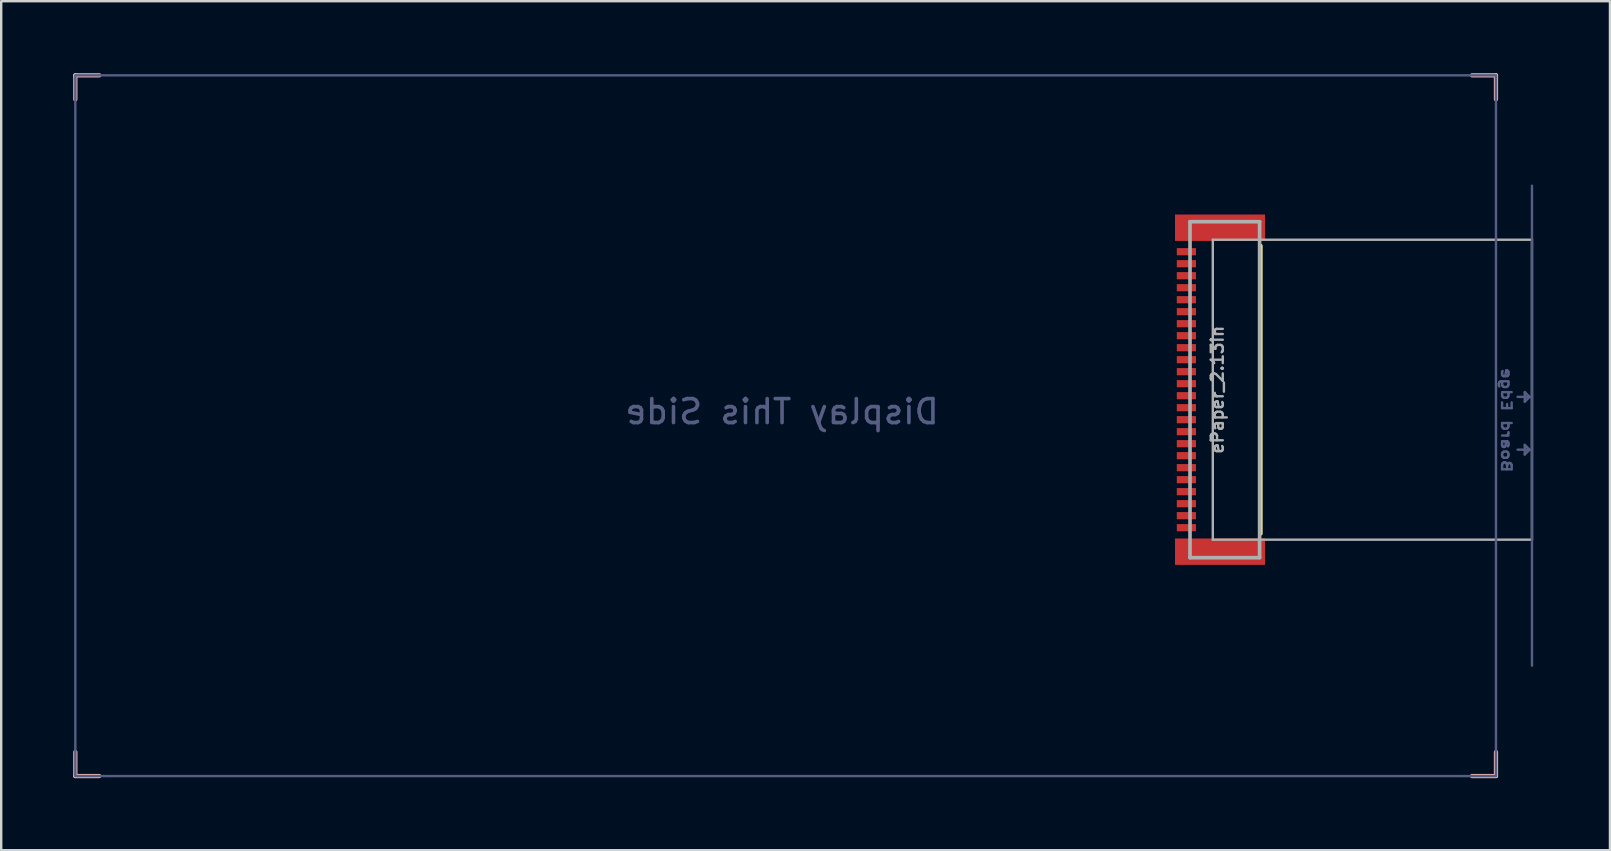
<source format=kicad_pcb>
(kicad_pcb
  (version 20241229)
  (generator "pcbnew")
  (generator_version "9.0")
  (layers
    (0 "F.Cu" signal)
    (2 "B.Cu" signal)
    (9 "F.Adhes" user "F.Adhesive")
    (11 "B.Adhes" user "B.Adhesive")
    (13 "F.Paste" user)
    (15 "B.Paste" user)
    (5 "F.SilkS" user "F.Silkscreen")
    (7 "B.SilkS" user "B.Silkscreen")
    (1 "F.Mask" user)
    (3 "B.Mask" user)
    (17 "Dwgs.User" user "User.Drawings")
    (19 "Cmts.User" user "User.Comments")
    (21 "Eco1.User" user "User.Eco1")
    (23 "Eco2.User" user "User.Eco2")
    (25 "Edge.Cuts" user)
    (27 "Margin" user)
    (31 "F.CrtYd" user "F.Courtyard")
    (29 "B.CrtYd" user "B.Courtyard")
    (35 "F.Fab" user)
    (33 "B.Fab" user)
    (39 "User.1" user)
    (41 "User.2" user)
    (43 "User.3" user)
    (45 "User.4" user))
  (footprint "ePaper_2.13in"
    (layer "F.Cu")
    (at 60.789 14.689)
    (property "Reference" "ePaper_2.13in" (at -13.111 -1.5 90) (layer "F.Fab") (effects (font (size 0.5 0.5) (thickness 0.1) (bold yes))))
    (fp_line (start -11.3 4.5) (end -11.3 -7.5) (stroke (width 0.152) (type solid)) (layer "F.SilkS"))
    (fp_line (start -60.7 -14.6) (end -60.7 -13.6) (stroke (width 0.178) (type default)) (layer "B.SilkS"))
    (fp_line (start -60.7 -14.6) (end -59.7 -14.6) (stroke (width 0.178) (type default)) (layer "B.SilkS"))
    (fp_line (start -60.7 14.6) (end -60.7 13.6) (stroke (width 0.178) (type default)) (layer "B.SilkS"))
    (fp_line (start -60.7 14.6) (end -59.7 14.6) (stroke (width 0.178) (type default)) (layer "B.SilkS"))
    (fp_line (start -1.5 -14.6) (end -2.5 -14.6) (stroke (width 0.178) (type default)) (layer "B.SilkS"))
    (fp_line (start -1.5 -14.6) (end -1.5 -13.6) (stroke (width 0.178) (type default)) (layer "B.SilkS"))
    (fp_line (start -1.5 14.6) (end -2.5 14.6) (stroke (width 0.178) (type default)) (layer "B.SilkS"))
    (fp_line (start -1.5 14.6) (end -1.5 13.6) (stroke (width 0.178) (type default)) (layer "B.SilkS"))
    (fp_line (start -0.6 -1.2) (end -0.1 -1.2) (stroke (width 0.1) (type default)) (layer "B.Fab"))
    (fp_line (start -0.6 1) (end -0.1 1) (stroke (width 0.1) (type default)) (layer "B.Fab"))
    (fp_line (start -0.3 -1.4) (end -0.3 -1) (stroke (width 0.1) (type default)) (layer "B.Fab"))
    (fp_line (start -0.3 -1) (end -0.1 -1.2) (stroke (width 0.1) (type default)) (layer "B.Fab"))
    (fp_line (start -0.3 0.8) (end -0.3 1.2) (stroke (width 0.1) (type default)) (layer "B.Fab"))
    (fp_line (start -0.3 1.2) (end -0.1 1) (stroke (width 0.1) (type default)) (layer "B.Fab"))
    (fp_line (start -0.1 -1.2) (end -0.3 -1.4) (stroke (width 0.1) (type default)) (layer "B.Fab"))
    (fp_line (start -0.1 1) (end -0.3 0.8) (stroke (width 0.1) (type default)) (layer "B.Fab"))
    (fp_line (start 0 10) (end 0 -10) (stroke (width 0.1) (type default)) (layer "B.Fab"))
    (fp_rect (start -60.7 -14.6) (end -1.5 14.6) (stroke (width 0.1) (type default)) (fill no) (layer "B.Fab"))
    (fp_line (start -14.25 -8.5) (end -11.35 -8.5) (stroke (width 0.152) (type solid)) (layer "F.Fab"))
    (fp_line (start -14.25 5.5) (end -14.25 -8.5) (stroke (width 0.152) (type solid)) (layer "F.Fab"))
    (fp_line (start -13.3 -7.75) (end -13.3 4.75) (stroke (width 0.1) (type default)) (layer "F.Fab"))
    (fp_line (start -11.35 -8.5) (end -11.35 5.5) (stroke (width 0.152) (type solid)) (layer "F.Fab"))
    (fp_line (start -11.35 5.5) (end -14.25 5.5) (stroke (width 0.152) (type solid)) (layer "F.Fab"))
    (fp_line (start 0 -7.75) (end -13.3 -7.75) (stroke (width 0.1) (type default)) (layer "F.Fab"))
    (fp_line (start 0 -7.75) (end 0 4.75) (stroke (width 0.1) (type default)) (layer "F.Fab"))
    (fp_line (start 0 4.75) (end -13.3 4.75) (stroke (width 0.1) (type default)) (layer "F.Fab"))
    (fp_text user "Board Edge" (at -1.3 2 270) (unlocked yes) (layer "B.Fab") (effects (font (size 0.4 0.5) (thickness 0.1) (bold yes)) (justify left bottom mirror)))
    (fp_text user "Display This Side" (at -31.25 0 0) (unlocked yes) (layer "B.Fab") (effects (font (size 1 1) (thickness 0.15)) (justify bottom mirror)))
    (pad "1" smd rect (at -14.4 -7.25 90) (size 0.3 0.8) (layers "F.Cu" "F.Mask" "F.Paste"))
    (pad "2" smd rect (at -14.4 -6.75 90) (size 0.3 0.8) (layers "F.Cu" "F.Mask" "F.Paste"))
    (pad "3" smd rect (at -14.4 -6.25 90) (size 0.3 0.8) (layers "F.Cu" "F.Mask" "F.Paste"))
    (pad "4" smd rect (at -14.4 -5.75 90) (size 0.3 0.8) (layers "F.Cu" "F.Mask" "F.Paste"))
    (pad "5" smd rect (at -14.4 -5.25 90) (size 0.3 0.8) (layers "F.Cu" "F.Mask" "F.Paste"))
    (pad "6" smd rect (at -14.4 -4.75 90) (size 0.3 0.8) (layers "F.Cu" "F.Mask" "F.Paste"))
    (pad "7" smd rect (at -14.4 -4.25 90) (size 0.3 0.8) (layers "F.Cu" "F.Mask" "F.Paste"))
    (pad "8" smd rect (at -14.4 -3.75 90) (size 0.3 0.8) (layers "F.Cu" "F.Mask" "F.Paste"))
    (pad "9" smd rect (at -14.4 -3.25 90) (size 0.3 0.8) (layers "F.Cu" "F.Mask" "F.Paste"))
    (pad "10" smd rect (at -14.4 -2.75 90) (size 0.3 0.8) (layers "F.Cu" "F.Mask" "F.Paste"))
    (pad "11" smd rect (at -14.4 -2.25 90) (size 0.3 0.8) (layers "F.Cu" "F.Mask" "F.Paste"))
    (pad "12" smd rect (at -14.4 -1.75 90) (size 0.3 0.8) (layers "F.Cu" "F.Mask" "F.Paste"))
    (pad "13" smd rect (at -14.4 -1.25 90) (size 0.3 0.8) (layers "F.Cu" "F.Mask" "F.Paste"))
    (pad "14" smd rect (at -14.4 -0.75 90) (size 0.3 0.8) (layers "F.Cu" "F.Mask" "F.Paste"))
    (pad "15" smd rect (at -14.4 -0.25 90) (size 0.3 0.8) (layers "F.Cu" "F.Mask" "F.Paste"))
    (pad "16" smd rect (at -14.4 0.25 90) (size 0.3 0.8) (layers "F.Cu" "F.Mask" "F.Paste"))
    (pad "17" smd rect (at -14.4 0.75 90) (size 0.3 0.8) (layers "F.Cu" "F.Mask" "F.Paste"))
    (pad "18" smd rect (at -14.4 1.25 90) (size 0.3 0.8) (layers "F.Cu" "F.Mask" "F.Paste"))
    (pad "19" smd rect (at -14.4 1.75 90) (size 0.3 0.8) (layers "F.Cu" "F.Mask" "F.Paste"))
    (pad "20" smd rect (at -14.4 2.25 90) (size 0.3 0.8) (layers "F.Cu" "F.Mask" "F.Paste"))
    (pad "21" smd rect (at -14.4 2.75 90) (size 0.3 0.8) (layers "F.Cu" "F.Mask" "F.Paste"))
    (pad "22" smd rect (at -14.4 3.25 90) (size 0.3 0.8) (layers "F.Cu" "F.Mask" "F.Paste"))
    (pad "23" smd rect (at -14.4 3.75 90) (size 0.3 0.8) (layers "F.Cu" "F.Mask" "F.Paste"))
    (pad "24" smd rect (at -14.4 4.25 90) (size 0.3 0.8) (layers "F.Cu" "F.Mask" "F.Paste"))
    (pad "MNT1" smd rect (at -13 5.25 180) (size 3.75 1.1) (layers "F.Cu" "F.Mask" "F.Paste"))
    (pad "MNT2" smd rect (at -13 -8.25 180) (size 3.75 1.1) (layers "F.Cu" "F.Mask" "F.Paste"))
    (zone (net_name "") (layer "F.Cu") (hatch edge 0.5) (connect_pads) (min_thickness 0.25) (filled_areas_thickness no) (keepout (tracks not_allowed) (vias not_allowed) (pads not_allowed) (copperpour not_allowed) (footprints allowed)) (placement (enabled no)) (fill) (polygon (pts (xy 46.889 7.789) (xy 46.889 7.589) (xy 45.889 7.589) (xy 45.889 7.789))))
    (zone (net_name "") (layer "F.Cu") (hatch edge 0.5) (connect_pads) (min_thickness 0.25) (filled_areas_thickness no) (keepout (tracks not_allowed) (vias not_allowed) (pads not_allowed) (copperpour not_allowed) (footprints allowed)) (placement (enabled no)) (fill) (polygon (pts (xy 46.889 8.289) (xy 46.889 8.089) (xy 45.889 8.089) (xy 45.889 8.289))))
    (zone (net_name "") (layer "F.Cu") (hatch edge 0.5) (connect_pads) (min_thickness 0.25) (filled_areas_thickness no) (keepout (tracks not_allowed) (vias not_allowed) (pads not_allowed) (copperpour not_allowed) (footprints allowed)) (placement (enabled no)) (fill) (polygon (pts (xy 46.889 8.789) (xy 46.889 8.589) (xy 45.889 8.589) (xy 45.889 8.789))))
    (zone (net_name "") (layer "F.Cu") (hatch edge 0.5) (connect_pads) (min_thickness 0.25) (filled_areas_thickness no) (keepout (tracks not_allowed) (vias not_allowed) (pads not_allowed) (copperpour not_allowed) (footprints allowed)) (placement (enabled no)) (fill) (polygon (pts (xy 46.889 9.289) (xy 46.889 9.089) (xy 45.889 9.089) (xy 45.889 9.289))))
    (zone (net_name "") (layer "F.Cu") (hatch edge 0.5) (connect_pads) (min_thickness 0.25) (filled_areas_thickness no) (keepout (tracks not_allowed) (vias not_allowed) (pads not_allowed) (copperpour not_allowed) (footprints allowed)) (placement (enabled no)) (fill) (polygon (pts (xy 46.889 9.789) (xy 46.889 9.589) (xy 45.889 9.589) (xy 45.889 9.789))))
    (zone (net_name "") (layer "F.Cu") (hatch edge 0.5) (connect_pads) (min_thickness 0.25) (filled_areas_thickness no) (keepout (tracks not_allowed) (vias not_allowed) (pads not_allowed) (copperpour not_allowed) (footprints allowed)) (placement (enabled no)) (fill) (polygon (pts (xy 46.889 10.289) (xy 46.889 10.089) (xy 45.889 10.089) (xy 45.889 10.289))))
    (zone (net_name "") (layer "F.Cu") (hatch edge 0.5) (connect_pads) (min_thickness 0.25) (filled_areas_thickness no) (keepout (tracks not_allowed) (vias not_allowed) (pads not_allowed) (copperpour not_allowed) (footprints allowed)) (placement (enabled no)) (fill) (polygon (pts (xy 46.889 10.789) (xy 46.889 10.589) (xy 45.889 10.589) (xy 45.889 10.789))))
    (zone (net_name "") (layer "F.Cu") (hatch edge 0.5) (connect_pads) (min_thickness 0.25) (filled_areas_thickness no) (keepout (tracks not_allowed) (vias not_allowed) (pads not_allowed) (copperpour not_allowed) (footprints allowed)) (placement (enabled no)) (fill) (polygon (pts (xy 46.889 11.289) (xy 46.889 11.089) (xy 45.889 11.089) (xy 45.889 11.289))))
    (zone (net_name "") (layer "F.Cu") (hatch edge 0.5) (connect_pads) (min_thickness 0.25) (filled_areas_thickness no) (keepout (tracks not_allowed) (vias not_allowed) (pads not_allowed) (copperpour not_allowed) (footprints allowed)) (placement (enabled no)) (fill) (polygon (pts (xy 46.889 11.789) (xy 46.889 11.589) (xy 45.889 11.589) (xy 45.889 11.789))))
    (zone (net_name "") (layer "F.Cu") (hatch edge 0.5) (connect_pads) (min_thickness 0.25) (filled_areas_thickness no) (keepout (tracks not_allowed) (vias not_allowed) (pads not_allowed) (copperpour not_allowed) (footprints allowed)) (placement (enabled no)) (fill) (polygon (pts (xy 46.889 12.289) (xy 46.889 12.089) (xy 45.889 12.089) (xy 45.889 12.289))))
    (zone (net_name "") (layer "F.Cu") (hatch edge 0.5) (connect_pads) (min_thickness 0.25) (filled_areas_thickness no) (keepout (tracks not_allowed) (vias not_allowed) (pads not_allowed) (copperpour not_allowed) (footprints allowed)) (placement (enabled no)) (fill) (polygon (pts (xy 46.889 12.789) (xy 46.889 12.589) (xy 45.889 12.589) (xy 45.889 12.789))))
    (zone (net_name "") (layer "F.Cu") (hatch edge 0.5) (connect_pads) (min_thickness 0.25) (filled_areas_thickness no) (keepout (tracks not_allowed) (vias not_allowed) (pads not_allowed) (copperpour not_allowed) (footprints allowed)) (placement (enabled no)) (fill) (polygon (pts (xy 46.889 13.289) (xy 46.889 13.089) (xy 45.889 13.089) (xy 45.889 13.289))))
    (zone (net_name "") (layer "F.Cu") (hatch edge 0.5) (connect_pads) (min_thickness 0.25) (filled_areas_thickness no) (keepout (tracks not_allowed) (vias not_allowed) (pads not_allowed) (copperpour not_allowed) (footprints allowed)) (placement (enabled no)) (fill) (polygon (pts (xy 46.889 13.789) (xy 46.889 13.589) (xy 45.889 13.589) (xy 45.889 13.789))))
    (zone (net_name "") (layer "F.Cu") (hatch edge 0.5) (connect_pads) (min_thickness 0.25) (filled_areas_thickness no) (keepout (tracks not_allowed) (vias not_allowed) (pads not_allowed) (copperpour not_allowed) (footprints allowed)) (placement (enabled no)) (fill) (polygon (pts (xy 46.889 14.289) (xy 46.889 14.089) (xy 45.889 14.089) (xy 45.889 14.289))))
    (zone (net_name "") (layer "F.Cu") (hatch edge 0.5) (connect_pads) (min_thickness 0.25) (filled_areas_thickness no) (keepout (tracks not_allowed) (vias not_allowed) (pads not_allowed) (copperpour not_allowed) (footprints allowed)) (placement (enabled no)) (fill) (polygon (pts (xy 46.889 14.789) (xy 46.889 14.589) (xy 45.889 14.589) (xy 45.889 14.789))))
    (zone (net_name "") (layer "F.Cu") (hatch edge 0.5) (connect_pads) (min_thickness 0.25) (filled_areas_thickness no) (keepout (tracks not_allowed) (vias not_allowed) (pads not_allowed) (copperpour not_allowed) (footprints allowed)) (placement (enabled no)) (fill) (polygon (pts (xy 46.889 15.289) (xy 46.889 15.089) (xy 45.889 15.089) (xy 45.889 15.289))))
    (zone (net_name "") (layer "F.Cu") (hatch edge 0.5) (connect_pads) (min_thickness 0.25) (filled_areas_thickness no) (keepout (tracks not_allowed) (vias not_allowed) (pads not_allowed) (copperpour not_allowed) (footprints allowed)) (placement (enabled no)) (fill) (polygon (pts (xy 46.889 15.789) (xy 46.889 15.589) (xy 45.889 15.589) (xy 45.889 15.789))))
    (zone (net_name "") (layer "F.Cu") (hatch edge 0.5) (connect_pads) (min_thickness 0.25) (filled_areas_thickness no) (keepout (tracks not_allowed) (vias not_allowed) (pads not_allowed) (copperpour not_allowed) (footprints allowed)) (placement (enabled no)) (fill) (polygon (pts (xy 46.889 16.289) (xy 46.889 16.089) (xy 45.889 16.089) (xy 45.889 16.289))))
    (zone (net_name "") (layer "F.Cu") (hatch edge 0.5) (connect_pads) (min_thickness 0.25) (filled_areas_thickness no) (keepout (tracks not_allowed) (vias not_allowed) (pads not_allowed) (copperpour not_allowed) (footprints allowed)) (placement (enabled no)) (fill) (polygon (pts (xy 46.889 16.789) (xy 46.889 16.589) (xy 45.889 16.589) (xy 45.889 16.789))))
    (zone (net_name "") (layer "F.Cu") (hatch edge 0.5) (connect_pads) (min_thickness 0.25) (filled_areas_thickness no) (keepout (tracks not_allowed) (vias not_allowed) (pads not_allowed) (copperpour not_allowed) (footprints allowed)) (placement (enabled no)) (fill) (polygon (pts (xy 46.889 17.289) (xy 46.889 17.089) (xy 45.889 17.089) (xy 45.889 17.289))))
    (zone (net_name "") (layer "F.Cu") (hatch edge 0.5) (connect_pads) (min_thickness 0.25) (filled_areas_thickness no) (keepout (tracks not_allowed) (vias not_allowed) (pads not_allowed) (copperpour not_allowed) (footprints allowed)) (placement (enabled no)) (fill) (polygon (pts (xy 46.889 17.789) (xy 46.889 17.589) (xy 45.889 17.589) (xy 45.889 17.789))))
    (zone (net_name "") (layer "F.Cu") (hatch edge 0.5) (connect_pads) (min_thickness 0.25) (filled_areas_thickness no) (keepout (tracks not_allowed) (vias not_allowed) (pads not_allowed) (copperpour not_allowed) (footprints allowed)) (placement (enabled no)) (fill) (polygon (pts (xy 46.889 18.289) (xy 46.889 18.089) (xy 45.889 18.089) (xy 45.889 18.289))))
    (zone (net_name "") (layer "F.Cu") (hatch edge 0.5) (connect_pads) (min_thickness 0.25) (filled_areas_thickness no) (keepout (tracks not_allowed) (vias not_allowed) (pads not_allowed) (copperpour not_allowed) (footprints allowed)) (placement (enabled no)) (fill) (polygon (pts (xy 46.889 18.789) (xy 46.889 18.589) (xy 45.889 18.589) (xy 45.889 18.789)))))
  (gr_rect
    (start -3 -3)
    (end 64.039 32.378)
    (stroke (width 0.1) (type default))
    (fill no)
    (layer "Edge.Cuts")))
</source>
